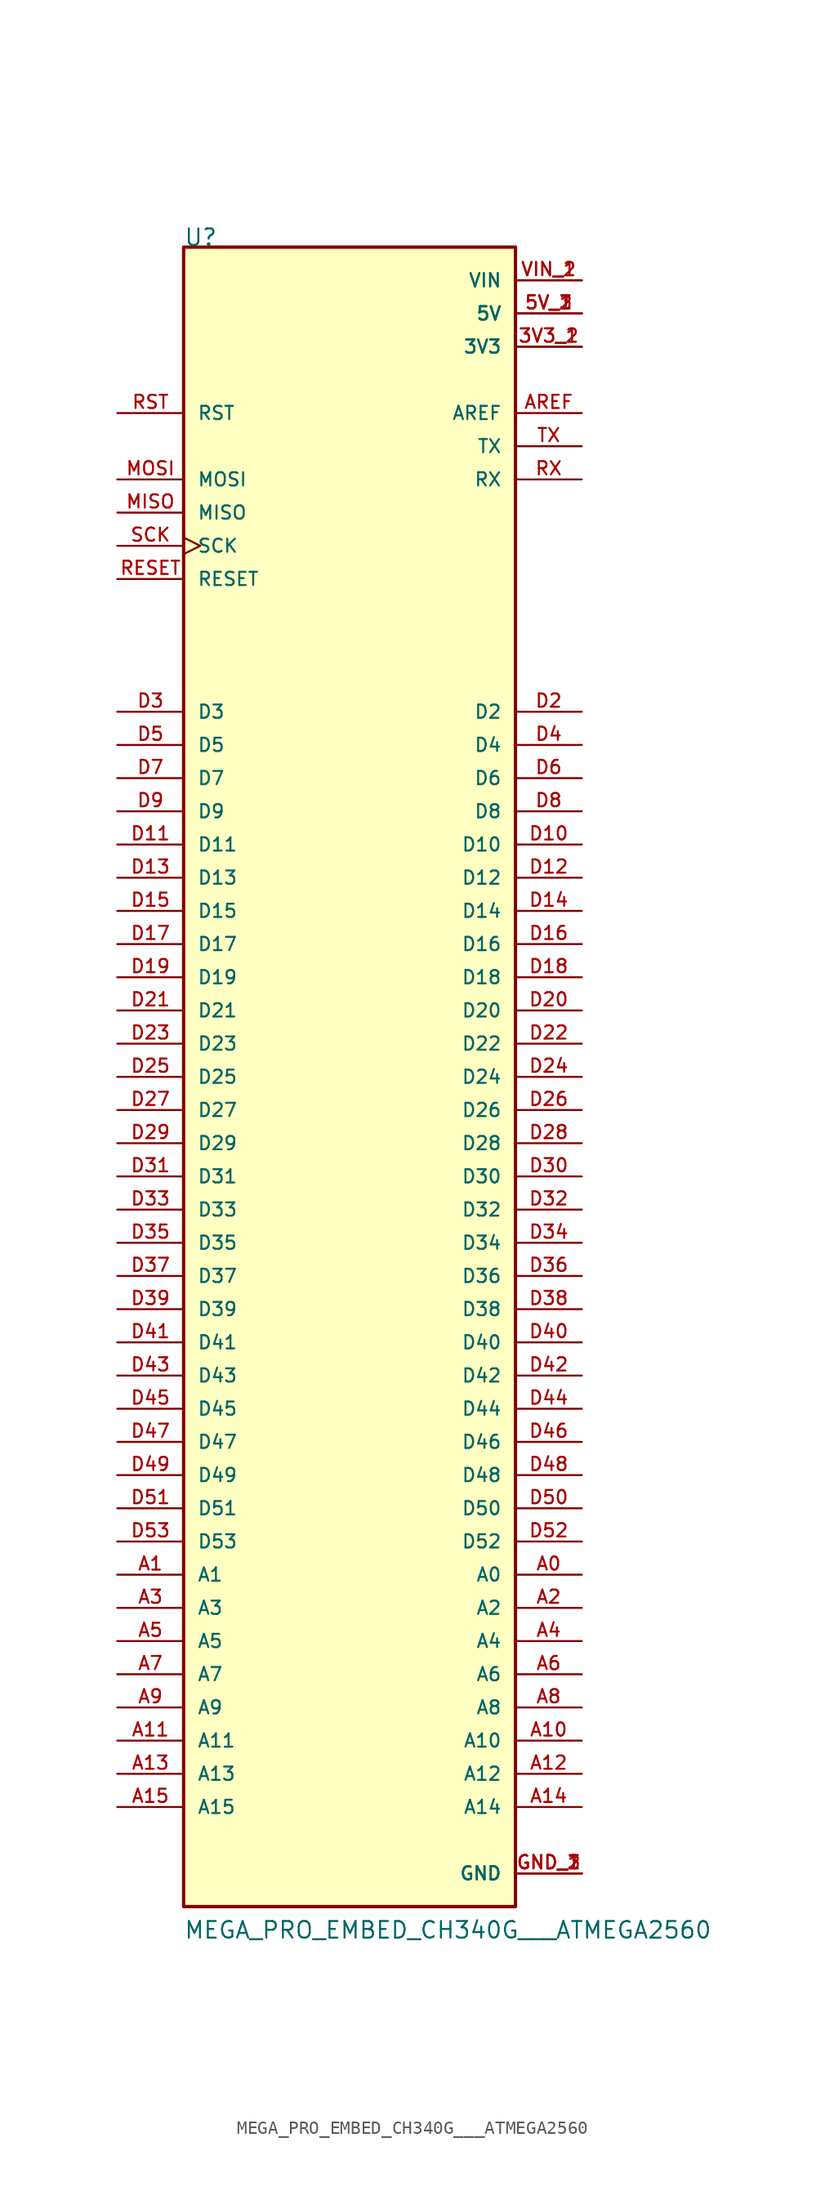
<source format=kicad_sym>
(kicad_symbol_lib
  (version 20231120)
  (generator "kicad_symbol_editor")
  (generator_version "8.0")
  (symbol "MEGA_PRO_EMBED_CH340G___ATMEGA2560"
    (pin_names
      (offset 1.016))
    (property "Reference" "U"
      (at -12.7 63.5 0)
      (effects (font (size 1.27 1.27)) (justify left bottom)))
    (property "Value" "MEGA_PRO_EMBED_CH340G___ATMEGA2560"
      (at -12.7 -66.04 0)
      (effects (font (size 1.27 1.27)) (justify left bottom)))
    (symbol "MEGA_PRO_EMBED_CH340G___ATMEGA2560_0_0"
      (rectangle (start -12.7 -63.5) (end 12.7 63.5) (stroke (width 0.254) (type default)) (fill (type background)))
      (pin power_in line (at 17.78 55.88 180) (length 5.08) (name "3V3" (effects (font (size 1.016 1.016)))) (number "3V3_1" (effects (font (size 1.016 1.016)))))
      (pin power_in line (at 17.78 55.88 180) (length 5.08) (name "3V3" (effects (font (size 1.016 1.016)))) (number "3V3_2" (effects (font (size 1.016 1.016)))))
      (pin power_in line (at 17.78 58.42 180) (length 5.08) (name "5V" (effects (font (size 1.016 1.016)))) (number "5V_1" (effects (font (size 1.016 1.016)))))
      (pin power_in line (at 17.78 58.42 180) (length 5.08) (name "5V" (effects (font (size 1.016 1.016)))) (number "5V_2" (effects (font (size 1.016 1.016)))))
      (pin power_in line (at 17.78 58.42 180) (length 5.08) (name "5V" (effects (font (size 1.016 1.016)))) (number "5V_3" (effects (font (size 1.016 1.016)))))
      (pin bidirectional line (at 17.78 -38.1 180) (length 5.08) (name "A0" (effects (font (size 1.016 1.016)))) (number "A0" (effects (font (size 1.016 1.016)))))
      (pin bidirectional line (at -17.78 -38.1 0) (length 5.08) (name "A1" (effects (font (size 1.016 1.016)))) (number "A1" (effects (font (size 1.016 1.016)))))
      (pin bidirectional line (at 17.78 -50.8 180) (length 5.08) (name "A10" (effects (font (size 1.016 1.016)))) (number "A10" (effects (font (size 1.016 1.016)))))
      (pin bidirectional line (at -17.78 -50.8 0) (length 5.08) (name "A11" (effects (font (size 1.016 1.016)))) (number "A11" (effects (font (size 1.016 1.016)))))
      (pin bidirectional line (at 17.78 -53.34 180) (length 5.08) (name "A12" (effects (font (size 1.016 1.016)))) (number "A12" (effects (font (size 1.016 1.016)))))
      (pin bidirectional line (at -17.78 -53.34 0) (length 5.08) (name "A13" (effects (font (size 1.016 1.016)))) (number "A13" (effects (font (size 1.016 1.016)))))
      (pin bidirectional line (at 17.78 -55.88 180) (length 5.08) (name "A14" (effects (font (size 1.016 1.016)))) (number "A14" (effects (font (size 1.016 1.016)))))
      (pin bidirectional line (at -17.78 -55.88 0) (length 5.08) (name "A15" (effects (font (size 1.016 1.016)))) (number "A15" (effects (font (size 1.016 1.016)))))
      (pin bidirectional line (at 17.78 -40.64 180) (length 5.08) (name "A2" (effects (font (size 1.016 1.016)))) (number "A2" (effects (font (size 1.016 1.016)))))
      (pin bidirectional line (at -17.78 -40.64 0) (length 5.08) (name "A3" (effects (font (size 1.016 1.016)))) (number "A3" (effects (font (size 1.016 1.016)))))
      (pin bidirectional line (at 17.78 -43.18 180) (length 5.08) (name "A4" (effects (font (size 1.016 1.016)))) (number "A4" (effects (font (size 1.016 1.016)))))
      (pin bidirectional line (at -17.78 -43.18 0) (length 5.08) (name "A5" (effects (font (size 1.016 1.016)))) (number "A5" (effects (font (size 1.016 1.016)))))
      (pin bidirectional line (at 17.78 -45.72 180) (length 5.08) (name "A6" (effects (font (size 1.016 1.016)))) (number "A6" (effects (font (size 1.016 1.016)))))
      (pin bidirectional line (at -17.78 -45.72 0) (length 5.08) (name "A7" (effects (font (size 1.016 1.016)))) (number "A7" (effects (font (size 1.016 1.016)))))
      (pin bidirectional line (at 17.78 -48.26 180) (length 5.08) (name "A8" (effects (font (size 1.016 1.016)))) (number "A8" (effects (font (size 1.016 1.016)))))
      (pin bidirectional line (at -17.78 -48.26 0) (length 5.08) (name "A9" (effects (font (size 1.016 1.016)))) (number "A9" (effects (font (size 1.016 1.016)))))
      (pin bidirectional line (at 17.78 50.8 180) (length 5.08) (name "AREF" (effects (font (size 1.016 1.016)))) (number "AREF" (effects (font (size 1.016 1.016)))))
      (pin bidirectional line (at 17.78 17.78 180) (length 5.08) (name "D10" (effects (font (size 1.016 1.016)))) (number "D10" (effects (font (size 1.016 1.016)))))
      (pin bidirectional line (at -17.78 17.78 0) (length 5.08) (name "D11" (effects (font (size 1.016 1.016)))) (number "D11" (effects (font (size 1.016 1.016)))))
      (pin bidirectional line (at 17.78 15.24 180) (length 5.08) (name "D12" (effects (font (size 1.016 1.016)))) (number "D12" (effects (font (size 1.016 1.016)))))
      (pin bidirectional line (at -17.78 15.24 0) (length 5.08) (name "D13" (effects (font (size 1.016 1.016)))) (number "D13" (effects (font (size 1.016 1.016)))))
      (pin bidirectional line (at 17.78 12.7 180) (length 5.08) (name "D14" (effects (font (size 1.016 1.016)))) (number "D14" (effects (font (size 1.016 1.016)))))
      (pin bidirectional line (at -17.78 12.7 0) (length 5.08) (name "D15" (effects (font (size 1.016 1.016)))) (number "D15" (effects (font (size 1.016 1.016)))))
      (pin bidirectional line (at 17.78 10.16 180) (length 5.08) (name "D16" (effects (font (size 1.016 1.016)))) (number "D16" (effects (font (size 1.016 1.016)))))
      (pin bidirectional line (at -17.78 10.16 0) (length 5.08) (name "D17" (effects (font (size 1.016 1.016)))) (number "D17" (effects (font (size 1.016 1.016)))))
      (pin bidirectional line (at 17.78 7.62 180) (length 5.08) (name "D18" (effects (font (size 1.016 1.016)))) (number "D18" (effects (font (size 1.016 1.016)))))
      (pin bidirectional line (at -17.78 7.62 0) (length 5.08) (name "D19" (effects (font (size 1.016 1.016)))) (number "D19" (effects (font (size 1.016 1.016)))))
      (pin bidirectional line (at 17.78 27.94 180) (length 5.08) (name "D2" (effects (font (size 1.016 1.016)))) (number "D2" (effects (font (size 1.016 1.016)))))
      (pin bidirectional line (at 17.78 5.08 180) (length 5.08) (name "D20" (effects (font (size 1.016 1.016)))) (number "D20" (effects (font (size 1.016 1.016)))))
      (pin bidirectional line (at -17.78 5.08 0) (length 5.08) (name "D21" (effects (font (size 1.016 1.016)))) (number "D21" (effects (font (size 1.016 1.016)))))
      (pin bidirectional line (at 17.78 2.54 180) (length 5.08) (name "D22" (effects (font (size 1.016 1.016)))) (number "D22" (effects (font (size 1.016 1.016)))))
      (pin bidirectional line (at -17.78 2.54 0) (length 5.08) (name "D23" (effects (font (size 1.016 1.016)))) (number "D23" (effects (font (size 1.016 1.016)))))
      (pin bidirectional line (at 17.78 0 180) (length 5.08) (name "D24" (effects (font (size 1.016 1.016)))) (number "D24" (effects (font (size 1.016 1.016)))))
      (pin bidirectional line (at -17.78 0 0) (length 5.08) (name "D25" (effects (font (size 1.016 1.016)))) (number "D25" (effects (font (size 1.016 1.016)))))
      (pin bidirectional line (at 17.78 -2.54 180) (length 5.08) (name "D26" (effects (font (size 1.016 1.016)))) (number "D26" (effects (font (size 1.016 1.016)))))
      (pin bidirectional line (at -17.78 -2.54 0) (length 5.08) (name "D27" (effects (font (size 1.016 1.016)))) (number "D27" (effects (font (size 1.016 1.016)))))
      (pin bidirectional line (at 17.78 -5.08 180) (length 5.08) (name "D28" (effects (font (size 1.016 1.016)))) (number "D28" (effects (font (size 1.016 1.016)))))
      (pin bidirectional line (at -17.78 -5.08 0) (length 5.08) (name "D29" (effects (font (size 1.016 1.016)))) (number "D29" (effects (font (size 1.016 1.016)))))
      (pin bidirectional line (at -17.78 27.94 0) (length 5.08) (name "D3" (effects (font (size 1.016 1.016)))) (number "D3" (effects (font (size 1.016 1.016)))))
      (pin bidirectional line (at 17.78 -7.62 180) (length 5.08) (name "D30" (effects (font (size 1.016 1.016)))) (number "D30" (effects (font (size 1.016 1.016)))))
      (pin bidirectional line (at -17.78 -7.62 0) (length 5.08) (name "D31" (effects (font (size 1.016 1.016)))) (number "D31" (effects (font (size 1.016 1.016)))))
      (pin bidirectional line (at 17.78 -10.16 180) (length 5.08) (name "D32" (effects (font (size 1.016 1.016)))) (number "D32" (effects (font (size 1.016 1.016)))))
      (pin bidirectional line (at -17.78 -10.16 0) (length 5.08) (name "D33" (effects (font (size 1.016 1.016)))) (number "D33" (effects (font (size 1.016 1.016)))))
      (pin bidirectional line (at 17.78 -12.7 180) (length 5.08) (name "D34" (effects (font (size 1.016 1.016)))) (number "D34" (effects (font (size 1.016 1.016)))))
      (pin bidirectional line (at -17.78 -12.7 0) (length 5.08) (name "D35" (effects (font (size 1.016 1.016)))) (number "D35" (effects (font (size 1.016 1.016)))))
      (pin bidirectional line (at 17.78 -15.24 180) (length 5.08) (name "D36" (effects (font (size 1.016 1.016)))) (number "D36" (effects (font (size 1.016 1.016)))))
      (pin bidirectional line (at -17.78 -15.24 0) (length 5.08) (name "D37" (effects (font (size 1.016 1.016)))) (number "D37" (effects (font (size 1.016 1.016)))))
      (pin bidirectional line (at 17.78 -17.78 180) (length 5.08) (name "D38" (effects (font (size 1.016 1.016)))) (number "D38" (effects (font (size 1.016 1.016)))))
      (pin bidirectional line (at -17.78 -17.78 0) (length 5.08) (name "D39" (effects (font (size 1.016 1.016)))) (number "D39" (effects (font (size 1.016 1.016)))))
      (pin bidirectional line (at 17.78 25.4 180) (length 5.08) (name "D4" (effects (font (size 1.016 1.016)))) (number "D4" (effects (font (size 1.016 1.016)))))
      (pin bidirectional line (at 17.78 -20.32 180) (length 5.08) (name "D40" (effects (font (size 1.016 1.016)))) (number "D40" (effects (font (size 1.016 1.016)))))
      (pin bidirectional line (at -17.78 -20.32 0) (length 5.08) (name "D41" (effects (font (size 1.016 1.016)))) (number "D41" (effects (font (size 1.016 1.016)))))
      (pin bidirectional line (at 17.78 -22.86 180) (length 5.08) (name "D42" (effects (font (size 1.016 1.016)))) (number "D42" (effects (font (size 1.016 1.016)))))
      (pin bidirectional line (at -17.78 -22.86 0) (length 5.08) (name "D43" (effects (font (size 1.016 1.016)))) (number "D43" (effects (font (size 1.016 1.016)))))
      (pin bidirectional line (at 17.78 -25.4 180) (length 5.08) (name "D44" (effects (font (size 1.016 1.016)))) (number "D44" (effects (font (size 1.016 1.016)))))
      (pin bidirectional line (at -17.78 -25.4 0) (length 5.08) (name "D45" (effects (font (size 1.016 1.016)))) (number "D45" (effects (font (size 1.016 1.016)))))
      (pin bidirectional line (at 17.78 -27.94 180) (length 5.08) (name "D46" (effects (font (size 1.016 1.016)))) (number "D46" (effects (font (size 1.016 1.016)))))
      (pin bidirectional line (at -17.78 -27.94 0) (length 5.08) (name "D47" (effects (font (size 1.016 1.016)))) (number "D47" (effects (font (size 1.016 1.016)))))
      (pin bidirectional line (at 17.78 -30.48 180) (length 5.08) (name "D48" (effects (font (size 1.016 1.016)))) (number "D48" (effects (font (size 1.016 1.016)))))
      (pin bidirectional line (at -17.78 -30.48 0) (length 5.08) (name "D49" (effects (font (size 1.016 1.016)))) (number "D49" (effects (font (size 1.016 1.016)))))
      (pin bidirectional line (at -17.78 25.4 0) (length 5.08) (name "D5" (effects (font (size 1.016 1.016)))) (number "D5" (effects (font (size 1.016 1.016)))))
      (pin bidirectional line (at 17.78 -33.02 180) (length 5.08) (name "D50" (effects (font (size 1.016 1.016)))) (number "D50" (effects (font (size 1.016 1.016)))))
      (pin bidirectional line (at -17.78 -33.02 0) (length 5.08) (name "D51" (effects (font (size 1.016 1.016)))) (number "D51" (effects (font (size 1.016 1.016)))))
      (pin bidirectional line (at 17.78 -35.56 180) (length 5.08) (name "D52" (effects (font (size 1.016 1.016)))) (number "D52" (effects (font (size 1.016 1.016)))))
      (pin bidirectional line (at -17.78 -35.56 0) (length 5.08) (name "D53" (effects (font (size 1.016 1.016)))) (number "D53" (effects (font (size 1.016 1.016)))))
      (pin bidirectional line (at 17.78 22.86 180) (length 5.08) (name "D6" (effects (font (size 1.016 1.016)))) (number "D6" (effects (font (size 1.016 1.016)))))
      (pin bidirectional line (at -17.78 22.86 0) (length 5.08) (name "D7" (effects (font (size 1.016 1.016)))) (number "D7" (effects (font (size 1.016 1.016)))))
      (pin bidirectional line (at 17.78 20.32 180) (length 5.08) (name "D8" (effects (font (size 1.016 1.016)))) (number "D8" (effects (font (size 1.016 1.016)))))
      (pin bidirectional line (at -17.78 20.32 0) (length 5.08) (name "D9" (effects (font (size 1.016 1.016)))) (number "D9" (effects (font (size 1.016 1.016)))))
      (pin power_in line (at 17.78 -60.96 180) (length 5.08) (name "GND" (effects (font (size 1.016 1.016)))) (number "GND_1" (effects (font (size 1.016 1.016)))))
      (pin power_in line (at 17.78 -60.96 180) (length 5.08) (name "GND" (effects (font (size 1.016 1.016)))) (number "GND_2" (effects (font (size 1.016 1.016)))))
      (pin power_in line (at 17.78 -60.96 180) (length 5.08) (name "GND" (effects (font (size 1.016 1.016)))) (number "GND_3" (effects (font (size 1.016 1.016)))))
      (pin bidirectional line (at -17.78 43.18 0) (length 5.08) (name "MISO" (effects (font (size 1.016 1.016)))) (number "MISO" (effects (font (size 1.016 1.016)))))
      (pin bidirectional line (at -17.78 45.72 0) (length 5.08) (name "MOSI" (effects (font (size 1.016 1.016)))) (number "MOSI" (effects (font (size 1.016 1.016)))))
      (pin input line (at -17.78 38.1 0) (length 5.08) (name "RESET" (effects (font (size 1.016 1.016)))) (number "RESET" (effects (font (size 1.016 1.016)))))
      (pin input line (at -17.78 50.8 0) (length 5.08) (name "RST" (effects (font (size 1.016 1.016)))) (number "RST" (effects (font (size 1.016 1.016)))))
      (pin input line (at 17.78 45.72 180) (length 5.08) (name "RX" (effects (font (size 1.016 1.016)))) (number "RX" (effects (font (size 1.016 1.016)))))
      (pin bidirectional clock (at -17.78 40.64 0) (length 5.08) (name "SCK" (effects (font (size 1.016 1.016)))) (number "SCK" (effects (font (size 1.016 1.016)))))
      (pin output line (at 17.78 48.26 180) (length 5.08) (name "TX" (effects (font (size 1.016 1.016)))) (number "TX" (effects (font (size 1.016 1.016)))))
      (pin power_in line (at 17.78 60.96 180) (length 5.08) (name "VIN" (effects (font (size 1.016 1.016)))) (number "VIN_1" (effects (font (size 1.016 1.016)))))
      (pin power_in line (at 17.78 60.96 180) (length 5.08) (name "VIN" (effects (font (size 1.016 1.016)))) (number "VIN_2" (effects (font (size 1.016 1.016))))))))
</source>
